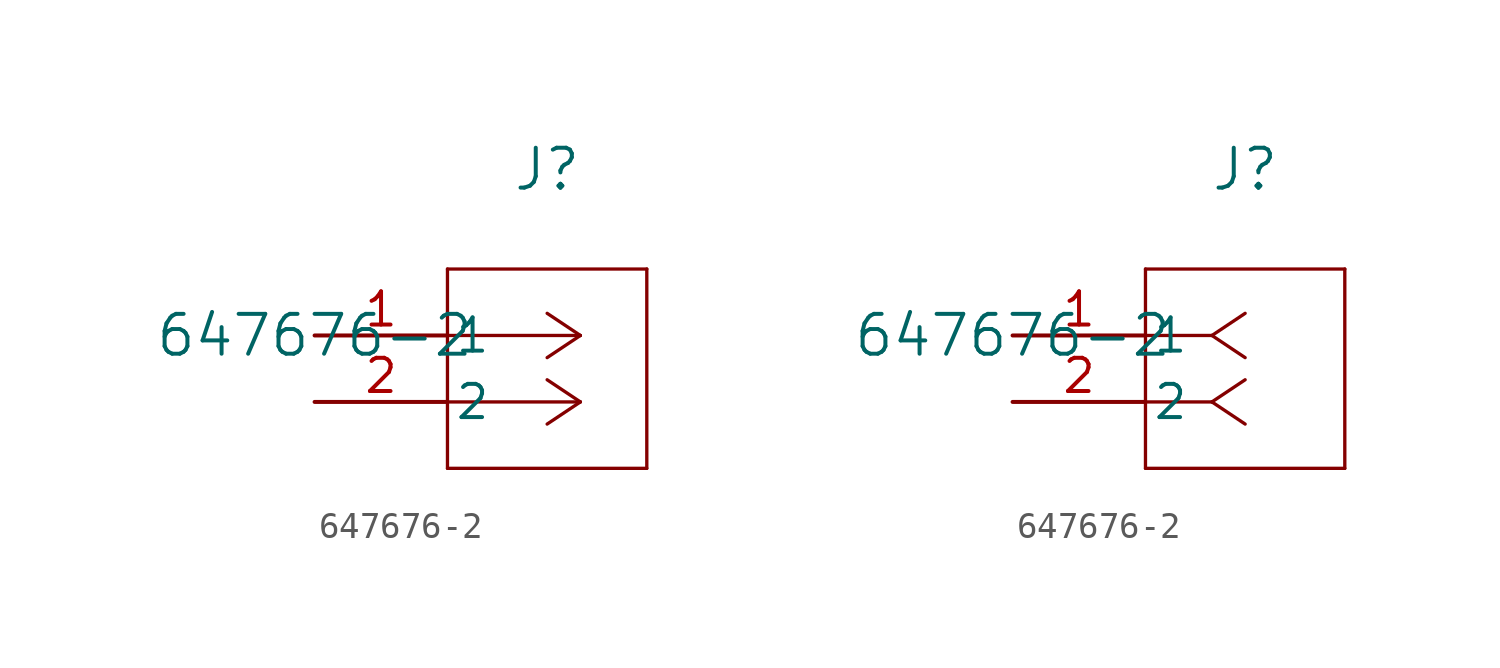
<source format=kicad_sym>
(kicad_symbol_lib
  (version 20211014)
  (generator kicad_symbol_editor)
  (symbol "647676-2"
    (pin_names
      (offset 0.254))
    (property "Reference" "J"
      (at 8.89 6.35 0)
      (effects (font (size 1.524 1.524))))
    (property "Value" "647676-2"
      (at 0 0 0)
      (effects (font (size 1.524 1.524))))
    (symbol "647676-2_1_1"
      (polyline (pts (xy 10.16 0) (xy 5.08 0)) (stroke (width 0.127) (type default) (color 0 0 0 0)) (fill (type none)))
      (polyline (pts (xy 10.16 -2.54) (xy 5.08 -2.54)) (stroke (width 0.127) (type default) (color 0 0 0 0)) (fill (type none)))
      (polyline (pts (xy 10.16 0) (xy 8.89 0.847)) (stroke (width 0.127) (type default) (color 0 0 0 0)) (fill (type none)))
      (polyline (pts (xy 10.16 -2.54) (xy 8.89 -1.693)) (stroke (width 0.127) (type default) (color 0 0 0 0)) (fill (type none)))
      (polyline (pts (xy 10.16 0) (xy 8.89 -0.847)) (stroke (width 0.127) (type default) (color 0 0 0 0)) (fill (type none)))
      (polyline (pts (xy 10.16 -2.54) (xy 8.89 -3.387)) (stroke (width 0.127) (type default) (color 0 0 0 0)) (fill (type none)))
      (polyline (pts (xy 5.08 2.54) (xy 5.08 -5.08)) (stroke (width 0.127) (type default) (color 0 0 0 0)) (fill (type none)))
      (polyline (pts (xy 5.08 -5.08) (xy 12.7 -5.08)) (stroke (width 0.127) (type default) (color 0 0 0 0)) (fill (type none)))
      (polyline (pts (xy 12.7 -5.08) (xy 12.7 2.54)) (stroke (width 0.127) (type default) (color 0 0 0 0)) (fill (type none)))
      (polyline (pts (xy 12.7 2.54) (xy 5.08 2.54)) (stroke (width 0.127) (type default) (color 0 0 0 0)) (fill (type none)))
      (pin unspecified line (at 0 0 0) (length 5.08) (name "1" (effects (font (size 1.27 1.27)))) (number "1" (effects (font (size 1.27 1.27)))))
      (pin unspecified line (at 0 -2.54 0) (length 5.08) (name "2" (effects (font (size 1.27 1.27)))) (number "2" (effects (font (size 1.27 1.27))))))
    (symbol "647676-2_1_2"
      (polyline (pts (xy 7.62 0) (xy 5.08 0)) (stroke (width 0.127) (type default) (color 0 0 0 0)) (fill (type none)))
      (polyline (pts (xy 7.62 -2.54) (xy 5.08 -2.54)) (stroke (width 0.127) (type default) (color 0 0 0 0)) (fill (type none)))
      (polyline (pts (xy 7.62 0) (xy 8.89 0.847)) (stroke (width 0.127) (type default) (color 0 0 0 0)) (fill (type none)))
      (polyline (pts (xy 7.62 -2.54) (xy 8.89 -1.693)) (stroke (width 0.127) (type default) (color 0 0 0 0)) (fill (type none)))
      (polyline (pts (xy 7.62 0) (xy 8.89 -0.847)) (stroke (width 0.127) (type default) (color 0 0 0 0)) (fill (type none)))
      (polyline (pts (xy 7.62 -2.54) (xy 8.89 -3.387)) (stroke (width 0.127) (type default) (color 0 0 0 0)) (fill (type none)))
      (polyline (pts (xy 5.08 2.54) (xy 5.08 -5.08)) (stroke (width 0.127) (type default) (color 0 0 0 0)) (fill (type none)))
      (polyline (pts (xy 5.08 -5.08) (xy 12.7 -5.08)) (stroke (width 0.127) (type default) (color 0 0 0 0)) (fill (type none)))
      (polyline (pts (xy 12.7 -5.08) (xy 12.7 2.54)) (stroke (width 0.127) (type default) (color 0 0 0 0)) (fill (type none)))
      (polyline (pts (xy 12.7 2.54) (xy 5.08 2.54)) (stroke (width 0.127) (type default) (color 0 0 0 0)) (fill (type none)))
      (pin unspecified line (at 0 0 0) (length 5.08) (name "1" (effects (font (size 1.27 1.27)))) (number "1" (effects (font (size 1.27 1.27)))))
      (pin unspecified line (at 0 -2.54 0) (length 5.08) (name "2" (effects (font (size 1.27 1.27)))) (number "2" (effects (font (size 1.27 1.27))))))))
</source>
